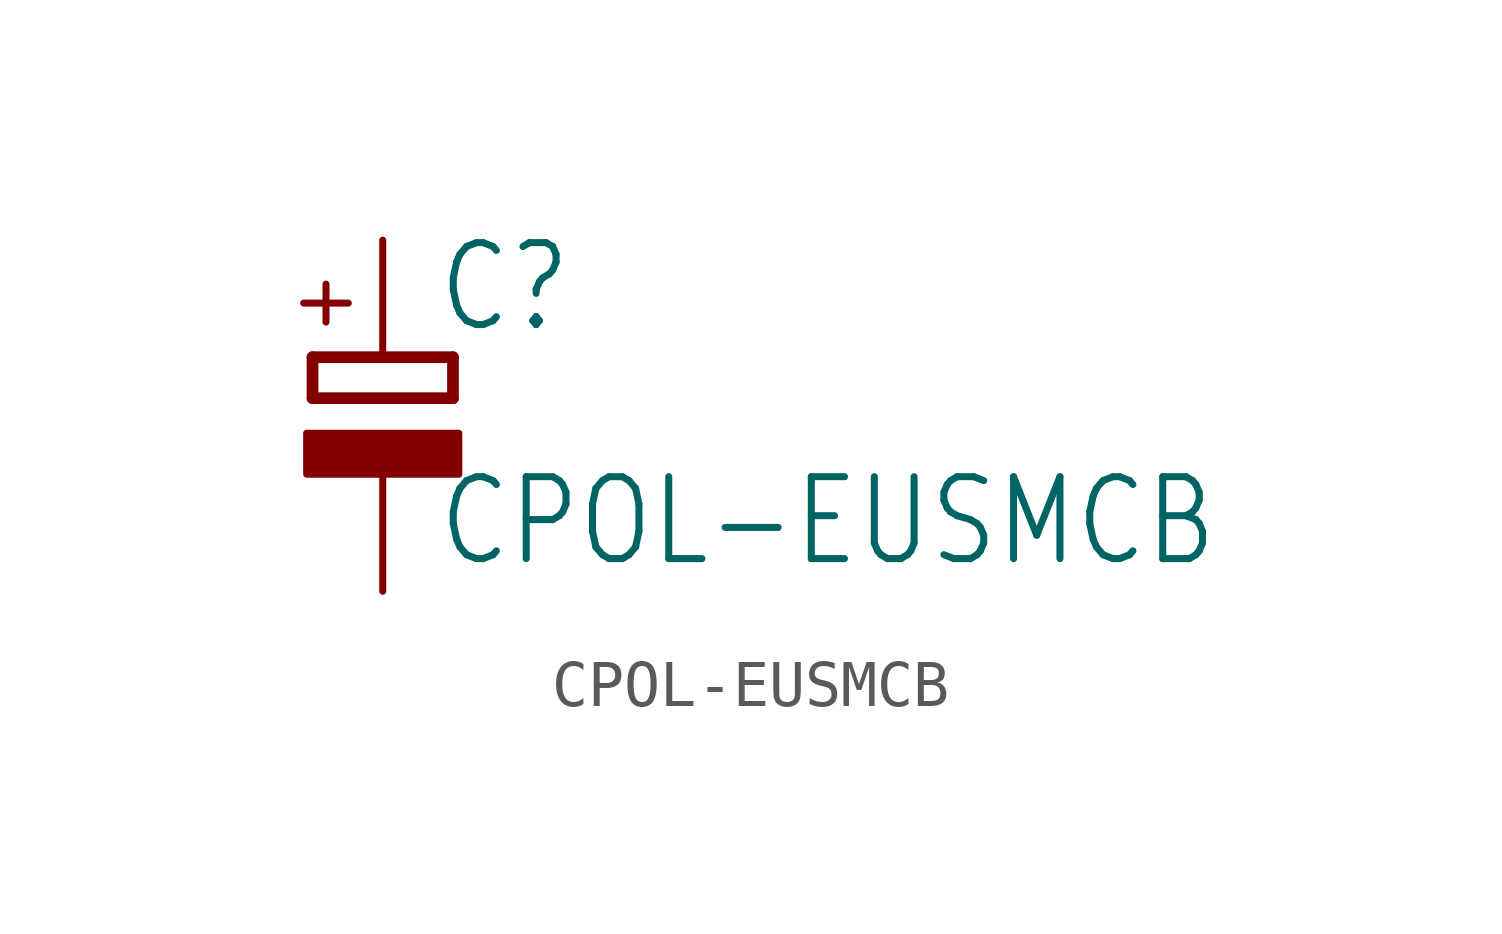
<source format=kicad_sym>
(kicad_symbol_lib
  (version 20211014)
  (generator kicad_symbol_editor)
  (symbol "CPOL-EUSMCB"
    (property "Reference" "C"
      (at 1.143 0.483 0)
      (effects (font (size 1.778 1.511)) (justify left bottom)))
    (property "Value" "CPOL-EUSMCB"
      (at 1.143 -4.597 0)
      (effects (font (size 1.778 1.511)) (justify left bottom)))
    (property "ki_locked" ""
      (at 0 0 0)
      (effects (font (size 1.27 1.27))))
    (symbol "CPOL-EUSMCB_1_0"
      (rectangle (start -1.651 -2.54) (end 1.651 -1.651) (stroke (width 0) (type default) (color 0 0 0 0)) (fill (type outline)))
      (polyline (pts (xy -1.524 -0.889) (xy 1.524 -0.889)) (stroke (width 0.254) (type default) (color 0 0 0 0)) (fill (type none)))
      (polyline (pts (xy -1.524 0) (xy -1.524 -0.889)) (stroke (width 0.254) (type default) (color 0 0 0 0)) (fill (type none)))
      (polyline (pts (xy -1.524 0) (xy 1.524 0)) (stroke (width 0.254) (type default) (color 0 0 0 0)) (fill (type none)))
      (polyline (pts (xy 1.524 -0.889) (xy 1.524 0)) (stroke (width 0.254) (type default) (color 0 0 0 0)) (fill (type none)))
      (text "+" (at -0.584 0.406 900) (effects (font (size 1.27 1.079)) (justify left bottom)))
      (pin passive line (at 0 2.54 270) (length 2.54) (name "+" (effects (font (size 0 0)))) (number "+" (effects (font (size 0 0)))))
      (pin passive line (at 0 -5.08 90) (length 2.54) (name "-" (effects (font (size 0 0)))) (number "-" (effects (font (size 0 0))))))))
</source>
